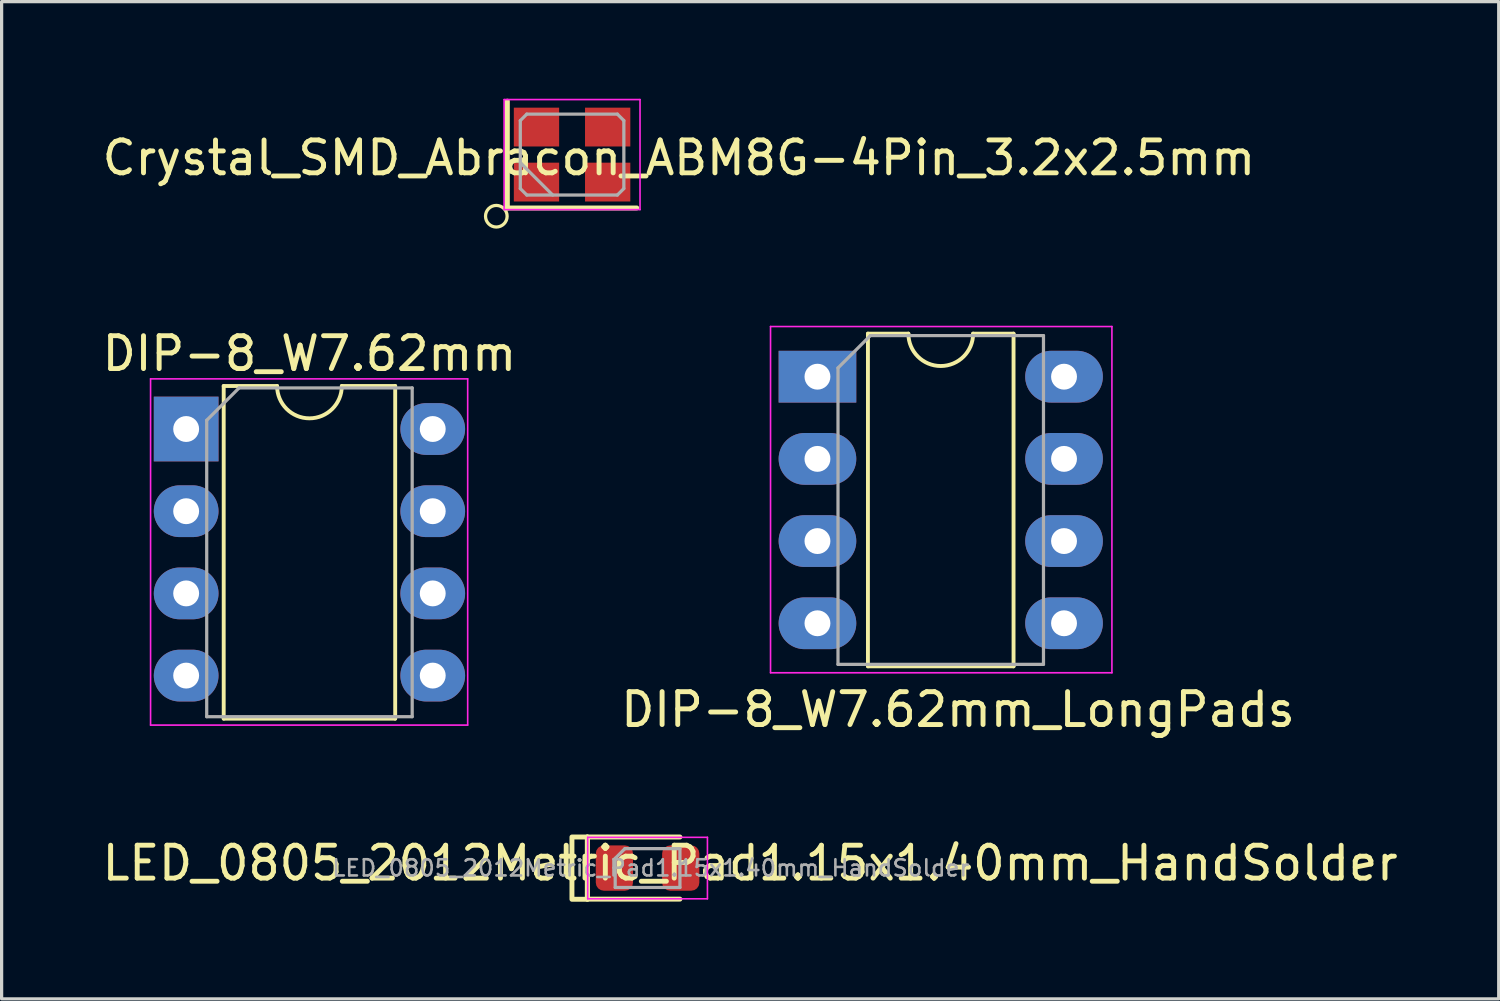
<source format=kicad_pcb>
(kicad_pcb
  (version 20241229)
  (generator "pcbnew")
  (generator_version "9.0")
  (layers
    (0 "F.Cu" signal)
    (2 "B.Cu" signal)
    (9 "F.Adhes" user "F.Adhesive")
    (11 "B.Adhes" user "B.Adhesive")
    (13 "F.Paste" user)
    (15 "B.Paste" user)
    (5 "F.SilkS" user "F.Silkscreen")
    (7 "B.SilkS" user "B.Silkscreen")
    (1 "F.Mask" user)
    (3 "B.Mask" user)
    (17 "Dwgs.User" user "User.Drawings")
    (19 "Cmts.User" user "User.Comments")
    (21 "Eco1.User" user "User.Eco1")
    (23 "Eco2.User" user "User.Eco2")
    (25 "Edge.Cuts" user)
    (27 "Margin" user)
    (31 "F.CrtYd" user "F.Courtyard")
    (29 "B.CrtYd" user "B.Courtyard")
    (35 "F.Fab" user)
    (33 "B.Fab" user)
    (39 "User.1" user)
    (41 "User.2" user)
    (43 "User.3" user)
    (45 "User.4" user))
  (footprint "DIP-8_W7.62mm"
    (layer "F.Cu")
    (at 2.703 10.208)
    (property "Reference" "DIP-8_W7.62mm" (at 3.81 -2.33 0) (layer "F.SilkS") (effects (font (size 1.016 1.016) (thickness 0.152))))
    (attr through_hole)
    (fp_line (start 1.16 -1.33) (end 1.16 8.95) (stroke (width 0.12) (type solid)) (layer "F.SilkS"))
    (fp_line (start 1.16 8.95) (end 6.46 8.95) (stroke (width 0.12) (type solid)) (layer "F.SilkS"))
    (fp_line (start 2.81 -1.33) (end 1.16 -1.33) (stroke (width 0.12) (type solid)) (layer "F.SilkS"))
    (fp_line (start 6.46 -1.33) (end 4.81 -1.33) (stroke (width 0.12) (type solid)) (layer "F.SilkS"))
    (fp_line (start 6.46 8.95) (end 6.46 -1.33) (stroke (width 0.12) (type solid)) (layer "F.SilkS"))
    (fp_arc (start 4.81 -1.33) (mid 3.81 -0.33) (end 2.81 -1.33) (stroke (width 0.12) (type solid)) (layer "F.SilkS"))
    (fp_line (start -1.1 -1.55) (end -1.1 9.15) (stroke (width 0.05) (type solid)) (layer "F.CrtYd"))
    (fp_line (start -1.1 9.15) (end 8.7 9.15) (stroke (width 0.05) (type solid)) (layer "F.CrtYd"))
    (fp_line (start 8.7 -1.55) (end -1.1 -1.55) (stroke (width 0.05) (type solid)) (layer "F.CrtYd"))
    (fp_line (start 8.7 9.15) (end 8.7 -1.55) (stroke (width 0.05) (type solid)) (layer "F.CrtYd"))
    (fp_line (start 0.635 -0.27) (end 1.635 -1.27) (stroke (width 0.1) (type solid)) (layer "F.Fab"))
    (fp_line (start 0.635 8.89) (end 0.635 -0.27) (stroke (width 0.1) (type solid)) (layer "F.Fab"))
    (fp_line (start 1.635 -1.27) (end 6.985 -1.27) (stroke (width 0.1) (type solid)) (layer "F.Fab"))
    (fp_line (start 6.985 -1.27) (end 6.985 8.89) (stroke (width 0.1) (type solid)) (layer "F.Fab"))
    (fp_line (start 6.985 8.89) (end 0.635 8.89) (stroke (width 0.1) (type solid)) (layer "F.Fab"))
    (pad "1" thru_hole rect (at 0 0) (size 2 2) (drill 0.8) (layers "*.Cu" "*.Mask"))
    (pad "2" thru_hole oval (at 0 2.54) (size 2 1.6) (drill 0.8) (layers "*.Cu" "*.Mask"))
    (pad "3" thru_hole oval (at 0 5.08) (size 2 1.6) (drill 0.8) (layers "*.Cu" "*.Mask"))
    (pad "4" thru_hole oval (at 0 7.62) (size 2 1.6) (drill 0.8) (layers "*.Cu" "*.Mask"))
    (pad "5" thru_hole oval (at 7.62 7.62) (size 2 1.6) (drill 0.8) (layers "*.Cu" "*.Mask"))
    (pad "6" thru_hole oval (at 7.62 5.08) (size 2 1.6) (drill 0.8) (layers "*.Cu" "*.Mask"))
    (pad "7" thru_hole oval (at 7.62 2.54) (size 2 1.6) (drill 0.8) (layers "*.Cu" "*.Mask"))
    (pad "8" thru_hole oval (at 7.62 0) (size 2 1.6) (drill 0.8) (layers "*.Cu" "*.Mask")))
  (footprint "LED_0805_2012Metric_Pad1.15x1.40mm_HandSolder"
    (layer "F.Cu")
    (at 16.962 23.776)
    (property "Reference" "LED_0805_2012Metric_Pad1.15x1.40mm_HandSolder" (at 3.17 -0.152 180) (layer "F.SilkS") (effects (font (size 1.016 1.016) (thickness 0.152))))
    (attr smd)
    (fp_line (start -1.86 -0.96) (end -1.86 0.96) (stroke (width 0.152) (type solid)) (layer "F.SilkS"))
    (fp_line (start -1.86 0.96) (end 1 0.96) (stroke (width 0.152) (type solid)) (layer "F.SilkS"))
    (fp_line (start 1 -0.96) (end -1.86 -0.96) (stroke (width 0.152) (type solid)) (layer "F.SilkS"))
    (fp_rect (start -1.86 -0.96) (end -2.337 0.965) (stroke (width 0.152) (type default)) (fill no) (layer "F.SilkS"))
    (fp_line (start -1.85 -0.95) (end 1.85 -0.95) (stroke (width 0.05) (type solid)) (layer "F.CrtYd"))
    (fp_line (start -1.85 0.95) (end -1.85 -0.95) (stroke (width 0.05) (type solid)) (layer "F.CrtYd"))
    (fp_line (start 1.85 -0.95) (end 1.85 0.95) (stroke (width 0.05) (type solid)) (layer "F.CrtYd"))
    (fp_line (start 1.85 0.95) (end -1.85 0.95) (stroke (width 0.05) (type solid)) (layer "F.CrtYd"))
    (fp_line (start -1 -0.3) (end -1 0.6) (stroke (width 0.1) (type solid)) (layer "F.Fab"))
    (fp_line (start -1 0.6) (end 1 0.6) (stroke (width 0.1) (type solid)) (layer "F.Fab"))
    (fp_line (start -0.7 -0.6) (end -1 -0.3) (stroke (width 0.1) (type solid)) (layer "F.Fab"))
    (fp_line (start 1 -0.6) (end -0.7 -0.6) (stroke (width 0.1) (type solid)) (layer "F.Fab"))
    (fp_line (start 1 0.6) (end 1 -0.6) (stroke (width 0.1) (type solid)) (layer "F.Fab"))
    (fp_text user "${REFERENCE}" (at 0.102 0 180) (layer "F.Fab") (effects (font (size 0.5 0.5) (thickness 0.08))))
    (pad "1" smd roundrect (at -1.025 0) (size 1.15 1.4) (layers "F.Cu" "F.Mask" "F.Paste") (roundrect_rratio 0.217))
    (pad "2" smd roundrect (at 1.025 0) (size 1.15 1.4) (layers "F.Cu" "F.Mask" "F.Paste") (roundrect_rratio 0.217)))
  (footprint "DIP-8_W7.62mm_LongPads"
    (layer "F.Cu")
    (at 22.212 8.591)
    (property "Reference" "DIP-8_W7.62mm_LongPads" (at 4.343 10.287 0) (layer "F.SilkS") (effects (font (size 1.016 1.016) (thickness 0.152))))
    (attr through_hole)
    (fp_line (start 1.56 -1.33) (end 1.56 8.95) (stroke (width 0.12) (type solid)) (layer "F.SilkS"))
    (fp_line (start 1.56 8.95) (end 6.06 8.95) (stroke (width 0.12) (type solid)) (layer "F.SilkS"))
    (fp_line (start 2.81 -1.33) (end 1.56 -1.33) (stroke (width 0.12) (type solid)) (layer "F.SilkS"))
    (fp_line (start 6.06 -1.33) (end 4.81 -1.33) (stroke (width 0.12) (type solid)) (layer "F.SilkS"))
    (fp_line (start 6.06 8.95) (end 6.06 -1.33) (stroke (width 0.12) (type solid)) (layer "F.SilkS"))
    (fp_arc (start 4.81 -1.33) (mid 3.81 -0.33) (end 2.81 -1.33) (stroke (width 0.12) (type solid)) (layer "F.SilkS"))
    (fp_line (start -1.45 -1.55) (end -1.45 9.15) (stroke (width 0.05) (type solid)) (layer "F.CrtYd"))
    (fp_line (start -1.45 9.15) (end 9.1 9.15) (stroke (width 0.05) (type solid)) (layer "F.CrtYd"))
    (fp_line (start 9.1 -1.55) (end -1.45 -1.55) (stroke (width 0.05) (type solid)) (layer "F.CrtYd"))
    (fp_line (start 9.1 9.15) (end 9.1 -1.55) (stroke (width 0.05) (type solid)) (layer "F.CrtYd"))
    (fp_line (start 0.635 -0.27) (end 1.635 -1.27) (stroke (width 0.1) (type solid)) (layer "F.Fab"))
    (fp_line (start 0.635 8.89) (end 0.635 -0.27) (stroke (width 0.1) (type solid)) (layer "F.Fab"))
    (fp_line (start 1.635 -1.27) (end 6.985 -1.27) (stroke (width 0.1) (type solid)) (layer "F.Fab"))
    (fp_line (start 6.985 -1.27) (end 6.985 8.89) (stroke (width 0.1) (type solid)) (layer "F.Fab"))
    (fp_line (start 6.985 8.89) (end 0.635 8.89) (stroke (width 0.1) (type solid)) (layer "F.Fab"))
    (pad "1" thru_hole rect (at 0 0) (size 2.4 1.6) (drill 0.8) (layers "*.Cu" "*.Mask"))
    (pad "2" thru_hole oval (at 0 2.54) (size 2.4 1.6) (drill 0.8) (layers "*.Cu" "*.Mask"))
    (pad "3" thru_hole oval (at 0 5.08) (size 2.4 1.6) (drill 0.8) (layers "*.Cu" "*.Mask"))
    (pad "4" thru_hole oval (at 0 7.62) (size 2.4 1.6) (drill 0.8) (layers "*.Cu" "*.Mask"))
    (pad "5" thru_hole oval (at 7.62 7.62) (size 2.4 1.6) (drill 0.8) (layers "*.Cu" "*.Mask"))
    (pad "6" thru_hole oval (at 7.62 5.08) (size 2.4 1.6) (drill 0.8) (layers "*.Cu" "*.Mask"))
    (pad "7" thru_hole oval (at 7.62 2.54) (size 2.4 1.6) (drill 0.8) (layers "*.Cu" "*.Mask"))
    (pad "8" thru_hole oval (at 7.62 0) (size 2.4 1.6) (drill 0.8) (layers "*.Cu" "*.Mask")))
  (footprint "Crystal_SMD_Abracon_ABM8G-4Pin_3.2x2.5mm"
    (layer "F.Cu")
    (at 14.629 1.727)
    (property "Reference" "Crystal_SMD_Abracon_ABM8G-4Pin_3.2x2.5mm" (at 3.302 0.102 0) (layer "F.SilkS") (effects (font (size 1.016 1.016) (thickness 0.152))))
    (attr smd)
    (fp_line (start -2 -1.651) (end -2 1.65) (stroke (width 0.152) (type solid)) (layer "F.SilkS"))
    (fp_line (start -2 1.65) (end 2 1.65) (stroke (width 0.152) (type solid)) (layer "F.SilkS"))
    (fp_circle (center -2.341 1.905) (end -2.385 1.574) (stroke (width 0.1) (type default)) (fill no) (layer "F.SilkS"))
    (fp_line (start -2.1 -1.7) (end -2.1 1.7) (stroke (width 0.05) (type solid)) (layer "F.CrtYd"))
    (fp_line (start -2.1 1.7) (end 2.1 1.7) (stroke (width 0.05) (type solid)) (layer "F.CrtYd"))
    (fp_line (start 2.1 -1.7) (end -2.1 -1.7) (stroke (width 0.05) (type solid)) (layer "F.CrtYd"))
    (fp_line (start 2.1 1.7) (end 2.1 -1.7) (stroke (width 0.05) (type solid)) (layer "F.CrtYd"))
    (fp_line (start -1.6 -1.05) (end -1.4 -1.25) (stroke (width 0.1) (type solid)) (layer "F.Fab"))
    (fp_line (start -1.6 0.25) (end -0.6 1.25) (stroke (width 0.1) (type solid)) (layer "F.Fab"))
    (fp_line (start -1.6 1.05) (end -1.6 -1.05) (stroke (width 0.1) (type solid)) (layer "F.Fab"))
    (fp_line (start -1.4 -1.25) (end 1.4 -1.25) (stroke (width 0.1) (type solid)) (layer "F.Fab"))
    (fp_line (start -1.4 1.25) (end -1.6 1.05) (stroke (width 0.1) (type solid)) (layer "F.Fab"))
    (fp_line (start 1.4 -1.25) (end 1.6 -1.05) (stroke (width 0.1) (type solid)) (layer "F.Fab"))
    (fp_line (start 1.4 1.25) (end -1.4 1.25) (stroke (width 0.1) (type solid)) (layer "F.Fab"))
    (fp_line (start 1.6 -1.05) (end 1.6 1.05) (stroke (width 0.1) (type solid)) (layer "F.Fab"))
    (fp_line (start 1.6 1.05) (end 1.4 1.25) (stroke (width 0.1) (type solid)) (layer "F.Fab"))
    (pad "1" smd rect (at -1.1 0.85) (size 1.4 1.2) (layers "F.Cu" "F.Mask" "F.Paste"))
    (pad "2" smd rect (at 1.1 0.85) (size 1.4 1.2) (layers "F.Cu" "F.Mask" "F.Paste"))
    (pad "3" smd rect (at 1.1 -0.85) (size 1.4 1.2) (layers "F.Cu" "F.Mask" "F.Paste"))
    (pad "4" smd rect (at -1.1 -0.85) (size 1.4 1.2) (layers "F.Cu" "F.Mask" "F.Paste")))
  (gr_rect
    (start -3 -3)
    (end 43.265 27.818)
    (stroke (width 0.1) (type default))
    (fill no)
    (layer "Edge.Cuts")))
</source>
